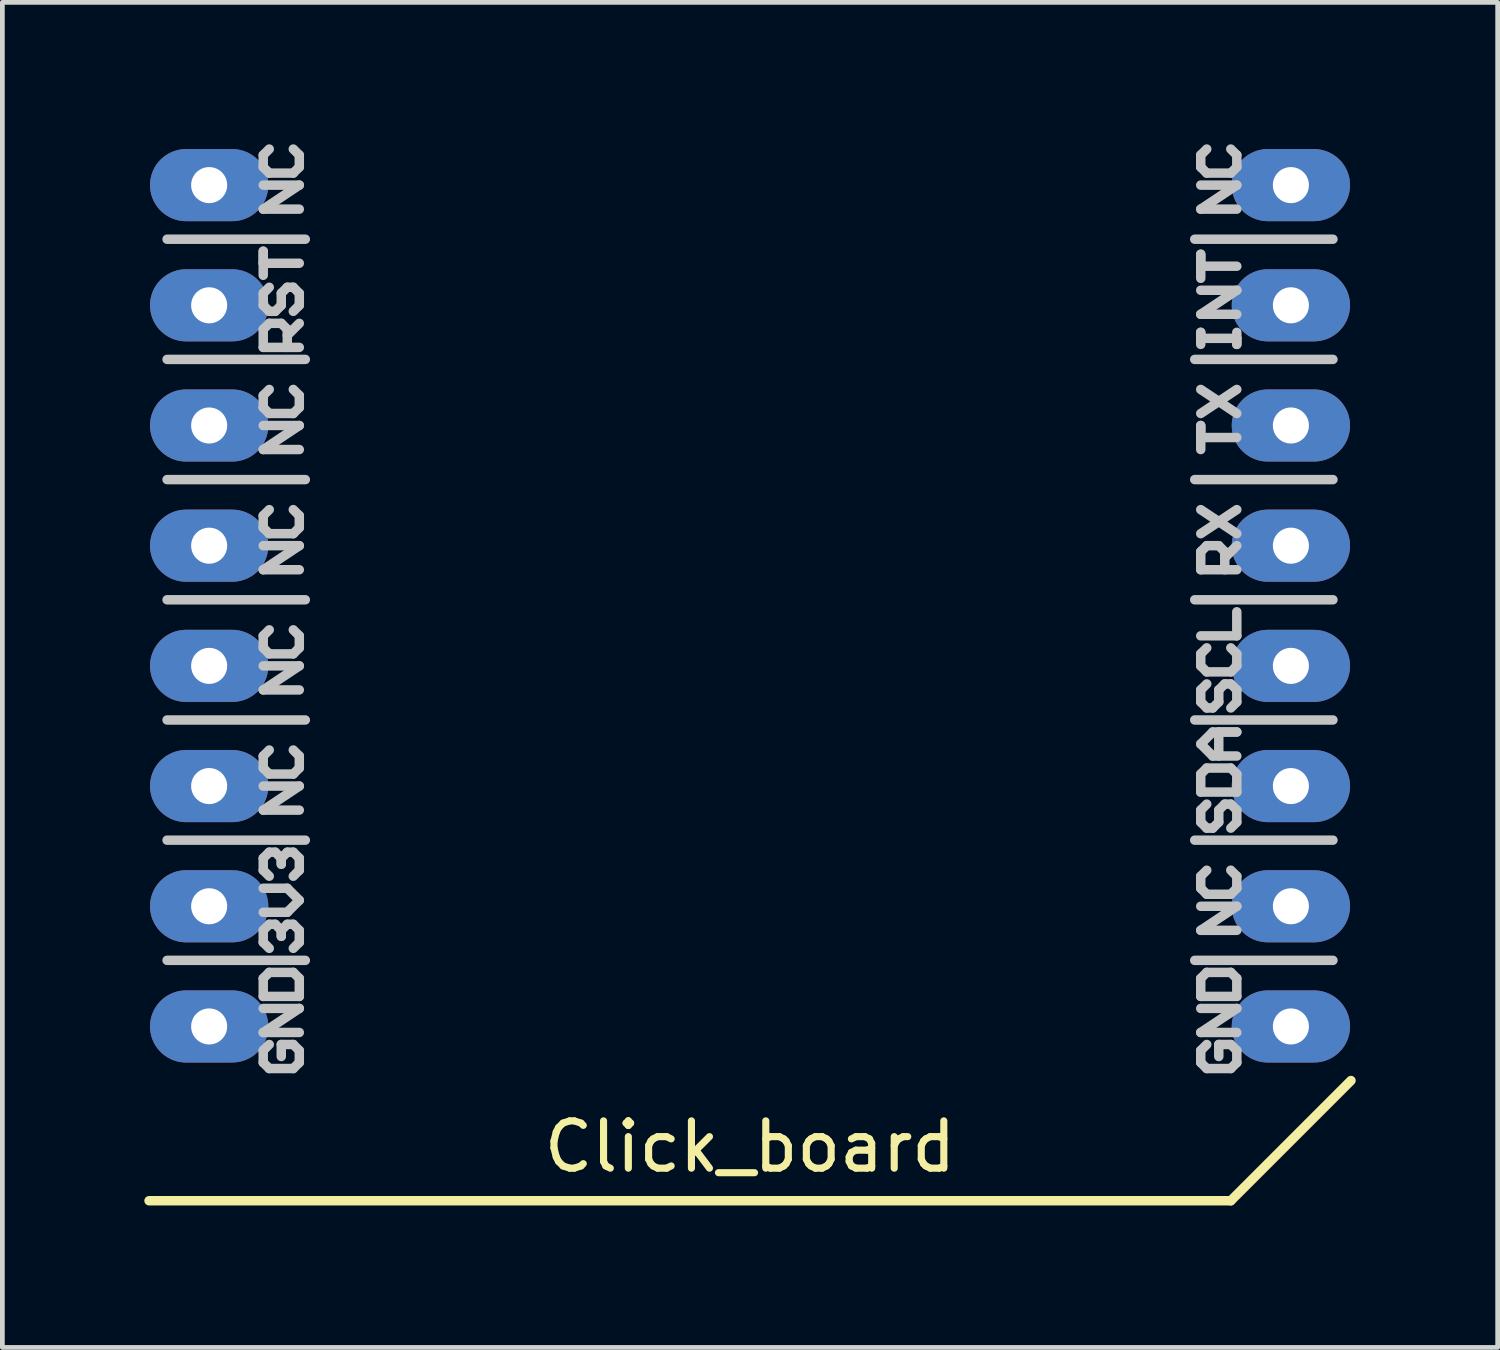
<source format=kicad_pcb>
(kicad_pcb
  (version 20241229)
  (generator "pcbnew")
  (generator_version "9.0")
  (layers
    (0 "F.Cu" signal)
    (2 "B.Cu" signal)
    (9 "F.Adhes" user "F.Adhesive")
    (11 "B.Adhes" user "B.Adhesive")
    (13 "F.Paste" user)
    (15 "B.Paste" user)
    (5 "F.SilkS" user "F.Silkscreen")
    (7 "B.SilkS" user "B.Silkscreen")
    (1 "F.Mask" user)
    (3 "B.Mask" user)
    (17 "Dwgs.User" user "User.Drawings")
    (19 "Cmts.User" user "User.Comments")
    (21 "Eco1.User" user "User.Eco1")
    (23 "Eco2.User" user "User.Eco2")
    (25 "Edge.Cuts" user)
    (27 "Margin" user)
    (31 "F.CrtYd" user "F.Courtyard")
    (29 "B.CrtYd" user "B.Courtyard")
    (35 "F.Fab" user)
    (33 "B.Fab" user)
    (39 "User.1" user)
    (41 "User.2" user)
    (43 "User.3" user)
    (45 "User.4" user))
  (footprint "Click_board"
    (layer "F.Cu")
    (at 12.8 9.752)
    (property "Reference" "Click_board" (at 0 11.43 0) (layer "F.SilkS") (effects (font (size 1 1) (thickness 0.15))))
    (attr through_hole)
    (fp_line (start -12.7 12.573) (end 10.16 12.573) (stroke (width 0.2) (type solid)) (layer "F.SilkS"))
    (fp_line (start 10.16 12.573) (end 12.7 10.033) (stroke (width 0.2) (type solid)) (layer "F.SilkS"))
    (fp_line (start -12.319 -7.747) (end -9.398 -7.747) (stroke (width 0.2) (type solid)) (layer "Dwgs.User"))
    (fp_line (start -12.319 -5.207) (end -9.398 -5.207) (stroke (width 0.2) (type solid)) (layer "Dwgs.User"))
    (fp_line (start -12.319 -2.667) (end -9.398 -2.667) (stroke (width 0.2) (type solid)) (layer "Dwgs.User"))
    (fp_line (start -12.319 -0.127) (end -9.398 -0.127) (stroke (width 0.2) (type solid)) (layer "Dwgs.User"))
    (fp_line (start -12.319 2.413) (end -9.398 2.413) (stroke (width 0.2) (type solid)) (layer "Dwgs.User"))
    (fp_line (start -12.319 4.953) (end -9.398 4.953) (stroke (width 0.2) (type solid)) (layer "Dwgs.User"))
    (fp_line (start -12.319 7.493) (end -9.398 7.493) (stroke (width 0.2) (type solid)) (layer "Dwgs.User"))
    (fp_line (start -10.287 -9.525) (end -10.287 -9.271) (stroke (width 0.2) (type solid)) (layer "Dwgs.User"))
    (fp_line (start -10.287 -9.271) (end -10.16 -9.144) (stroke (width 0.2) (type solid)) (layer "Dwgs.User"))
    (fp_line (start -10.287 -8.382) (end -9.525 -8.89) (stroke (width 0.2) (type solid)) (layer "Dwgs.User"))
    (fp_line (start -10.287 -7.493) (end -10.287 -7.239) (stroke (width 0.2) (type solid)) (layer "Dwgs.User"))
    (fp_line (start -10.287 -7.239) (end -9.525 -7.239) (stroke (width 0.2) (type solid)) (layer "Dwgs.User"))
    (fp_line (start -10.287 -6.985) (end -10.287 -7.493) (stroke (width 0.2) (type solid)) (layer "Dwgs.User"))
    (fp_line (start -10.287 -6.604) (end -10.287 -6.35) (stroke (width 0.2) (type solid)) (layer "Dwgs.User"))
    (fp_line (start -10.287 -6.35) (end -10.16 -6.223) (stroke (width 0.2) (type solid)) (layer "Dwgs.User"))
    (fp_line (start -10.287 -5.842) (end -10.16 -5.969) (stroke (width 0.2) (type solid)) (layer "Dwgs.User"))
    (fp_line (start -10.287 -5.461) (end -10.287 -5.842) (stroke (width 0.2) (type solid)) (layer "Dwgs.User"))
    (fp_line (start -10.287 -4.445) (end -10.287 -4.191) (stroke (width 0.2) (type solid)) (layer "Dwgs.User"))
    (fp_line (start -10.287 -4.191) (end -10.16 -4.064) (stroke (width 0.2) (type solid)) (layer "Dwgs.User"))
    (fp_line (start -10.287 -3.302) (end -9.525 -3.81) (stroke (width 0.2) (type solid)) (layer "Dwgs.User"))
    (fp_line (start -10.287 -1.905) (end -10.287 -1.651) (stroke (width 0.2) (type solid)) (layer "Dwgs.User"))
    (fp_line (start -10.287 -1.651) (end -10.16 -1.524) (stroke (width 0.2) (type solid)) (layer "Dwgs.User"))
    (fp_line (start -10.287 -0.762) (end -9.525 -1.27) (stroke (width 0.2) (type solid)) (layer "Dwgs.User"))
    (fp_line (start -10.287 0.635) (end -10.287 0.889) (stroke (width 0.2) (type solid)) (layer "Dwgs.User"))
    (fp_line (start -10.287 0.889) (end -10.16 1.016) (stroke (width 0.2) (type solid)) (layer "Dwgs.User"))
    (fp_line (start -10.287 1.778) (end -9.525 1.27) (stroke (width 0.2) (type solid)) (layer "Dwgs.User"))
    (fp_line (start -10.287 3.175) (end -10.287 3.429) (stroke (width 0.2) (type solid)) (layer "Dwgs.User"))
    (fp_line (start -10.287 3.429) (end -10.16 3.556) (stroke (width 0.2) (type solid)) (layer "Dwgs.User"))
    (fp_line (start -10.287 4.318) (end -9.525 3.81) (stroke (width 0.2) (type solid)) (layer "Dwgs.User"))
    (fp_line (start -10.287 5.334) (end -10.16 5.207) (stroke (width 0.2) (type solid)) (layer "Dwgs.User"))
    (fp_line (start -10.287 5.588) (end -10.287 5.334) (stroke (width 0.2) (type solid)) (layer "Dwgs.User"))
    (fp_line (start -10.287 6.477) (end -9.779 6.477) (stroke (width 0.2) (type solid)) (layer "Dwgs.User"))
    (fp_line (start -10.287 6.858) (end -10.16 6.731) (stroke (width 0.2) (type solid)) (layer "Dwgs.User"))
    (fp_line (start -10.287 7.112) (end -10.287 6.858) (stroke (width 0.2) (type solid)) (layer "Dwgs.User"))
    (fp_line (start -10.287 7.874) (end -10.287 8.255) (stroke (width 0.2) (type solid)) (layer "Dwgs.User"))
    (fp_line (start -10.287 8.255) (end -9.525 8.255) (stroke (width 0.2) (type solid)) (layer "Dwgs.User"))
    (fp_line (start -10.287 9.017) (end -9.525 8.509) (stroke (width 0.2) (type solid)) (layer "Dwgs.User"))
    (fp_line (start -10.287 9.398) (end -10.287 9.652) (stroke (width 0.2) (type solid)) (layer "Dwgs.User"))
    (fp_line (start -10.287 9.652) (end -10.16 9.779) (stroke (width 0.2) (type solid)) (layer "Dwgs.User"))
    (fp_line (start -10.16 -9.652) (end -10.287 -9.525) (stroke (width 0.2) (type solid)) (layer "Dwgs.User"))
    (fp_line (start -10.16 -9.144) (end -9.652 -9.144) (stroke (width 0.2) (type solid)) (layer "Dwgs.User"))
    (fp_line (start -10.16 -6.731) (end -10.287 -6.604) (stroke (width 0.2) (type solid)) (layer "Dwgs.User"))
    (fp_line (start -10.16 -6.223) (end -10.033 -6.223) (stroke (width 0.2) (type solid)) (layer "Dwgs.User"))
    (fp_line (start -10.16 -5.969) (end -9.906 -5.969) (stroke (width 0.2) (type solid)) (layer "Dwgs.User"))
    (fp_line (start -10.16 -4.572) (end -10.287 -4.445) (stroke (width 0.2) (type solid)) (layer "Dwgs.User"))
    (fp_line (start -10.16 -4.064) (end -9.652 -4.064) (stroke (width 0.2) (type solid)) (layer "Dwgs.User"))
    (fp_line (start -10.16 -2.032) (end -10.287 -1.905) (stroke (width 0.2) (type solid)) (layer "Dwgs.User"))
    (fp_line (start -10.16 -1.524) (end -9.652 -1.524) (stroke (width 0.2) (type solid)) (layer "Dwgs.User"))
    (fp_line (start -10.16 0.508) (end -10.287 0.635) (stroke (width 0.2) (type solid)) (layer "Dwgs.User"))
    (fp_line (start -10.16 1.016) (end -9.652 1.016) (stroke (width 0.2) (type solid)) (layer "Dwgs.User"))
    (fp_line (start -10.16 3.048) (end -10.287 3.175) (stroke (width 0.2) (type solid)) (layer "Dwgs.User"))
    (fp_line (start -10.16 3.556) (end -9.652 3.556) (stroke (width 0.2) (type solid)) (layer "Dwgs.User"))
    (fp_line (start -10.16 5.207) (end -10.033 5.207) (stroke (width 0.2) (type solid)) (layer "Dwgs.User"))
    (fp_line (start -10.16 5.715) (end -10.287 5.588) (stroke (width 0.2) (type solid)) (layer "Dwgs.User"))
    (fp_line (start -10.16 6.731) (end -10.033 6.731) (stroke (width 0.2) (type solid)) (layer "Dwgs.User"))
    (fp_line (start -10.16 7.239) (end -10.287 7.112) (stroke (width 0.2) (type solid)) (layer "Dwgs.User"))
    (fp_line (start -10.16 7.747) (end -10.287 7.874) (stroke (width 0.2) (type solid)) (layer "Dwgs.User"))
    (fp_line (start -10.16 9.271) (end -10.287 9.398) (stroke (width 0.2) (type solid)) (layer "Dwgs.User"))
    (fp_line (start -10.16 9.779) (end -9.652 9.779) (stroke (width 0.2) (type solid)) (layer "Dwgs.User"))
    (fp_line (start -10.033 -6.223) (end -9.906 -6.35) (stroke (width 0.2) (type solid)) (layer "Dwgs.User"))
    (fp_line (start -10.033 5.207) (end -9.906 5.334) (stroke (width 0.2) (type solid)) (layer "Dwgs.User"))
    (fp_line (start -10.033 6.731) (end -9.906 6.858) (stroke (width 0.2) (type solid)) (layer "Dwgs.User"))
    (fp_line (start -9.906 -6.604) (end -9.779 -6.731) (stroke (width 0.2) (type solid)) (layer "Dwgs.User"))
    (fp_line (start -9.906 -6.35) (end -9.906 -6.604) (stroke (width 0.2) (type solid)) (layer "Dwgs.User"))
    (fp_line (start -9.906 -5.969) (end -9.779 -5.842) (stroke (width 0.2) (type solid)) (layer "Dwgs.User"))
    (fp_line (start -9.906 5.334) (end -9.906 5.461) (stroke (width 0.2) (type solid)) (layer "Dwgs.User"))
    (fp_line (start -9.906 5.334) (end -9.779 5.207) (stroke (width 0.2) (type solid)) (layer "Dwgs.User"))
    (fp_line (start -9.906 5.461) (end -9.906 5.334) (stroke (width 0.2) (type solid)) (layer "Dwgs.User"))
    (fp_line (start -9.906 6.858) (end -9.906 6.985) (stroke (width 0.2) (type solid)) (layer "Dwgs.User"))
    (fp_line (start -9.906 6.858) (end -9.779 6.731) (stroke (width 0.2) (type solid)) (layer "Dwgs.User"))
    (fp_line (start -9.906 6.985) (end -9.906 6.858) (stroke (width 0.2) (type solid)) (layer "Dwgs.User"))
    (fp_line (start -9.906 9.271) (end -9.906 9.525) (stroke (width 0.2) (type solid)) (layer "Dwgs.User"))
    (fp_line (start -9.779 -6.731) (end -9.652 -6.731) (stroke (width 0.2) (type solid)) (layer "Dwgs.User"))
    (fp_line (start -9.779 -5.842) (end -9.779 -5.461) (stroke (width 0.2) (type solid)) (layer "Dwgs.User"))
    (fp_line (start -9.779 -5.715) (end -9.525 -5.969) (stroke (width 0.2) (type solid)) (layer "Dwgs.User"))
    (fp_line (start -9.779 5.207) (end -9.652 5.207) (stroke (width 0.2) (type solid)) (layer "Dwgs.User"))
    (fp_line (start -9.779 5.969) (end -10.287 5.969) (stroke (width 0.2) (type solid)) (layer "Dwgs.User"))
    (fp_line (start -9.779 6.477) (end -9.525 6.223) (stroke (width 0.2) (type solid)) (layer "Dwgs.User"))
    (fp_line (start -9.779 6.731) (end -9.652 6.731) (stroke (width 0.2) (type solid)) (layer "Dwgs.User"))
    (fp_line (start -9.652 -9.144) (end -9.525 -9.271) (stroke (width 0.2) (type solid)) (layer "Dwgs.User"))
    (fp_line (start -9.652 -6.731) (end -9.525 -6.604) (stroke (width 0.2) (type solid)) (layer "Dwgs.User"))
    (fp_line (start -9.652 -4.064) (end -9.525 -4.191) (stroke (width 0.2) (type solid)) (layer "Dwgs.User"))
    (fp_line (start -9.652 -1.524) (end -9.525 -1.651) (stroke (width 0.2) (type solid)) (layer "Dwgs.User"))
    (fp_line (start -9.652 1.016) (end -9.525 0.889) (stroke (width 0.2) (type solid)) (layer "Dwgs.User"))
    (fp_line (start -9.652 3.556) (end -9.525 3.429) (stroke (width 0.2) (type solid)) (layer "Dwgs.User"))
    (fp_line (start -9.652 5.207) (end -9.525 5.334) (stroke (width 0.2) (type solid)) (layer "Dwgs.User"))
    (fp_line (start -9.652 6.731) (end -9.525 6.858) (stroke (width 0.2) (type solid)) (layer "Dwgs.User"))
    (fp_line (start -9.652 7.747) (end -10.16 7.747) (stroke (width 0.2) (type solid)) (layer "Dwgs.User"))
    (fp_line (start -9.652 9.271) (end -9.906 9.271) (stroke (width 0.2) (type solid)) (layer "Dwgs.User"))
    (fp_line (start -9.652 9.779) (end -9.525 9.652) (stroke (width 0.2) (type solid)) (layer "Dwgs.User"))
    (fp_line (start -9.525 -9.525) (end -9.652 -9.652) (stroke (width 0.2) (type solid)) (layer "Dwgs.User"))
    (fp_line (start -9.525 -9.271) (end -9.525 -9.525) (stroke (width 0.2) (type solid)) (layer "Dwgs.User"))
    (fp_line (start -9.525 -8.89) (end -10.287 -8.89) (stroke (width 0.2) (type solid)) (layer "Dwgs.User"))
    (fp_line (start -9.525 -8.382) (end -10.287 -8.382) (stroke (width 0.2) (type solid)) (layer "Dwgs.User"))
    (fp_line (start -9.525 -6.604) (end -9.525 -6.35) (stroke (width 0.2) (type solid)) (layer "Dwgs.User"))
    (fp_line (start -9.525 -6.35) (end -9.652 -6.223) (stroke (width 0.2) (type solid)) (layer "Dwgs.User"))
    (fp_line (start -9.525 -5.461) (end -10.287 -5.461) (stroke (width 0.2) (type solid)) (layer "Dwgs.User"))
    (fp_line (start -9.525 -4.445) (end -9.652 -4.572) (stroke (width 0.2) (type solid)) (layer "Dwgs.User"))
    (fp_line (start -9.525 -4.191) (end -9.525 -4.445) (stroke (width 0.2) (type solid)) (layer "Dwgs.User"))
    (fp_line (start -9.525 -3.81) (end -10.287 -3.81) (stroke (width 0.2) (type solid)) (layer "Dwgs.User"))
    (fp_line (start -9.525 -3.302) (end -10.287 -3.302) (stroke (width 0.2) (type solid)) (layer "Dwgs.User"))
    (fp_line (start -9.525 -1.905) (end -9.652 -2.032) (stroke (width 0.2) (type solid)) (layer "Dwgs.User"))
    (fp_line (start -9.525 -1.651) (end -9.525 -1.905) (stroke (width 0.2) (type solid)) (layer "Dwgs.User"))
    (fp_line (start -9.525 -1.27) (end -10.287 -1.27) (stroke (width 0.2) (type solid)) (layer "Dwgs.User"))
    (fp_line (start -9.525 -0.762) (end -10.287 -0.762) (stroke (width 0.2) (type solid)) (layer "Dwgs.User"))
    (fp_line (start -9.525 0.635) (end -9.652 0.508) (stroke (width 0.2) (type solid)) (layer "Dwgs.User"))
    (fp_line (start -9.525 0.889) (end -9.525 0.635) (stroke (width 0.2) (type solid)) (layer "Dwgs.User"))
    (fp_line (start -9.525 1.27) (end -10.287 1.27) (stroke (width 0.2) (type solid)) (layer "Dwgs.User"))
    (fp_line (start -9.525 1.778) (end -10.287 1.778) (stroke (width 0.2) (type solid)) (layer "Dwgs.User"))
    (fp_line (start -9.525 3.175) (end -9.652 3.048) (stroke (width 0.2) (type solid)) (layer "Dwgs.User"))
    (fp_line (start -9.525 3.429) (end -9.525 3.175) (stroke (width 0.2) (type solid)) (layer "Dwgs.User"))
    (fp_line (start -9.525 3.81) (end -10.287 3.81) (stroke (width 0.2) (type solid)) (layer "Dwgs.User"))
    (fp_line (start -9.525 4.318) (end -10.287 4.318) (stroke (width 0.2) (type solid)) (layer "Dwgs.User"))
    (fp_line (start -9.525 5.334) (end -9.525 5.588) (stroke (width 0.2) (type solid)) (layer "Dwgs.User"))
    (fp_line (start -9.525 5.588) (end -9.652 5.715) (stroke (width 0.2) (type solid)) (layer "Dwgs.User"))
    (fp_line (start -9.525 6.223) (end -9.779 5.969) (stroke (width 0.2) (type solid)) (layer "Dwgs.User"))
    (fp_line (start -9.525 6.858) (end -9.525 7.112) (stroke (width 0.2) (type solid)) (layer "Dwgs.User"))
    (fp_line (start -9.525 7.112) (end -9.652 7.239) (stroke (width 0.2) (type solid)) (layer "Dwgs.User"))
    (fp_line (start -9.525 7.874) (end -9.652 7.747) (stroke (width 0.2) (type solid)) (layer "Dwgs.User"))
    (fp_line (start -9.525 8.255) (end -9.525 7.874) (stroke (width 0.2) (type solid)) (layer "Dwgs.User"))
    (fp_line (start -9.525 8.509) (end -10.287 8.509) (stroke (width 0.2) (type solid)) (layer "Dwgs.User"))
    (fp_line (start -9.525 9.017) (end -10.287 9.017) (stroke (width 0.2) (type solid)) (layer "Dwgs.User"))
    (fp_line (start -9.525 9.398) (end -9.652 9.271) (stroke (width 0.2) (type solid)) (layer "Dwgs.User"))
    (fp_line (start -9.525 9.652) (end -9.525 9.398) (stroke (width 0.2) (type solid)) (layer "Dwgs.User"))
    (fp_line (start 9.398 -7.747) (end 12.319 -7.747) (stroke (width 0.2) (type solid)) (layer "Dwgs.User"))
    (fp_line (start 9.398 -5.207) (end 12.319 -5.207) (stroke (width 0.2) (type solid)) (layer "Dwgs.User"))
    (fp_line (start 9.398 -2.667) (end 12.319 -2.667) (stroke (width 0.2) (type solid)) (layer "Dwgs.User"))
    (fp_line (start 9.398 -0.127) (end 12.319 -0.127) (stroke (width 0.2) (type solid)) (layer "Dwgs.User"))
    (fp_line (start 9.398 2.413) (end 12.319 2.413) (stroke (width 0.2) (type solid)) (layer "Dwgs.User"))
    (fp_line (start 9.398 4.953) (end 12.319 4.953) (stroke (width 0.2) (type solid)) (layer "Dwgs.User"))
    (fp_line (start 9.398 7.493) (end 12.319 7.493) (stroke (width 0.2) (type solid)) (layer "Dwgs.User"))
    (fp_line (start 9.525 -9.525) (end 9.525 -9.271) (stroke (width 0.2) (type solid)) (layer "Dwgs.User"))
    (fp_line (start 9.525 -9.271) (end 9.652 -9.144) (stroke (width 0.2) (type solid)) (layer "Dwgs.User"))
    (fp_line (start 9.525 -8.382) (end 10.287 -8.89) (stroke (width 0.2) (type solid)) (layer "Dwgs.User"))
    (fp_line (start 9.525 -7.429) (end 9.525 -7.176) (stroke (width 0.2) (type solid)) (layer "Dwgs.User"))
    (fp_line (start 9.525 -7.176) (end 10.287 -7.176) (stroke (width 0.2) (type solid)) (layer "Dwgs.User"))
    (fp_line (start 9.525 -6.921) (end 9.525 -7.429) (stroke (width 0.2) (type solid)) (layer "Dwgs.User"))
    (fp_line (start 9.525 -6.16) (end 10.287 -6.668) (stroke (width 0.2) (type solid)) (layer "Dwgs.User"))
    (fp_line (start 9.525 -5.779) (end 9.525 -5.652) (stroke (width 0.2) (type solid)) (layer "Dwgs.User"))
    (fp_line (start 9.525 -5.652) (end 10.287 -5.652) (stroke (width 0.2) (type solid)) (layer "Dwgs.User"))
    (fp_line (start 9.525 -5.524) (end 9.525 -5.779) (stroke (width 0.2) (type solid)) (layer "Dwgs.User"))
    (fp_line (start 9.525 -4.572) (end 10.287 -4.064) (stroke (width 0.2) (type solid)) (layer "Dwgs.User"))
    (fp_line (start 9.525 -4.064) (end 10.287 -4.572) (stroke (width 0.2) (type solid)) (layer "Dwgs.User"))
    (fp_line (start 9.525 -3.81) (end 9.525 -3.556) (stroke (width 0.2) (type solid)) (layer "Dwgs.User"))
    (fp_line (start 9.525 -3.556) (end 10.287 -3.556) (stroke (width 0.2) (type solid)) (layer "Dwgs.User"))
    (fp_line (start 9.525 -3.302) (end 9.525 -3.81) (stroke (width 0.2) (type solid)) (layer "Dwgs.User"))
    (fp_line (start 9.525 -2.032) (end 10.287 -1.524) (stroke (width 0.2) (type solid)) (layer "Dwgs.User"))
    (fp_line (start 9.525 -1.524) (end 10.287 -2.032) (stroke (width 0.2) (type solid)) (layer "Dwgs.User"))
    (fp_line (start 9.525 -1.143) (end 9.652 -1.27) (stroke (width 0.2) (type solid)) (layer "Dwgs.User"))
    (fp_line (start 9.525 -0.762) (end 9.525 -1.143) (stroke (width 0.2) (type solid)) (layer "Dwgs.User"))
    (fp_line (start 9.525 0.635) (end 10.287 0.635) (stroke (width 0.2) (type solid)) (layer "Dwgs.User"))
    (fp_line (start 9.525 1.016) (end 9.525 1.27) (stroke (width 0.2) (type solid)) (layer "Dwgs.User"))
    (fp_line (start 9.525 1.27) (end 9.652 1.397) (stroke (width 0.2) (type solid)) (layer "Dwgs.User"))
    (fp_line (start 9.525 1.778) (end 9.525 2.032) (stroke (width 0.2) (type solid)) (layer "Dwgs.User"))
    (fp_line (start 9.525 2.032) (end 9.652 2.159) (stroke (width 0.2) (type solid)) (layer "Dwgs.User"))
    (fp_line (start 9.525 2.921) (end 9.779 2.667) (stroke (width 0.2) (type solid)) (layer "Dwgs.User"))
    (fp_line (start 9.525 3.556) (end 9.525 3.937) (stroke (width 0.2) (type solid)) (layer "Dwgs.User"))
    (fp_line (start 9.525 3.937) (end 10.287 3.937) (stroke (width 0.2) (type solid)) (layer "Dwgs.User"))
    (fp_line (start 9.525 4.318) (end 9.525 4.572) (stroke (width 0.2) (type solid)) (layer "Dwgs.User"))
    (fp_line (start 9.525 4.572) (end 9.652 4.699) (stroke (width 0.2) (type solid)) (layer "Dwgs.User"))
    (fp_line (start 9.525 5.715) (end 9.525 5.969) (stroke (width 0.2) (type solid)) (layer "Dwgs.User"))
    (fp_line (start 9.525 5.969) (end 9.652 6.096) (stroke (width 0.2) (type solid)) (layer "Dwgs.User"))
    (fp_line (start 9.525 6.858) (end 10.287 6.35) (stroke (width 0.2) (type solid)) (layer "Dwgs.User"))
    (fp_line (start 9.525 7.874) (end 9.525 8.255) (stroke (width 0.2) (type solid)) (layer "Dwgs.User"))
    (fp_line (start 9.525 8.255) (end 10.287 8.255) (stroke (width 0.2) (type solid)) (layer "Dwgs.User"))
    (fp_line (start 9.525 9.017) (end 10.287 8.509) (stroke (width 0.2) (type solid)) (layer "Dwgs.User"))
    (fp_line (start 9.525 9.398) (end 9.525 9.652) (stroke (width 0.2) (type solid)) (layer "Dwgs.User"))
    (fp_line (start 9.525 9.652) (end 9.652 9.779) (stroke (width 0.2) (type solid)) (layer "Dwgs.User"))
    (fp_line (start 9.652 -9.652) (end 9.525 -9.525) (stroke (width 0.2) (type solid)) (layer "Dwgs.User"))
    (fp_line (start 9.652 -9.144) (end 10.16 -9.144) (stroke (width 0.2) (type solid)) (layer "Dwgs.User"))
    (fp_line (start 9.652 -1.27) (end 9.906 -1.27) (stroke (width 0.2) (type solid)) (layer "Dwgs.User"))
    (fp_line (start 9.652 0.889) (end 9.525 1.016) (stroke (width 0.2) (type solid)) (layer "Dwgs.User"))
    (fp_line (start 9.652 1.397) (end 10.16 1.397) (stroke (width 0.2) (type solid)) (layer "Dwgs.User"))
    (fp_line (start 9.652 1.651) (end 9.525 1.778) (stroke (width 0.2) (type solid)) (layer "Dwgs.User"))
    (fp_line (start 9.652 2.159) (end 9.779 2.159) (stroke (width 0.2) (type solid)) (layer "Dwgs.User"))
    (fp_line (start 9.652 3.429) (end 9.525 3.556) (stroke (width 0.2) (type solid)) (layer "Dwgs.User"))
    (fp_line (start 9.652 4.191) (end 9.525 4.318) (stroke (width 0.2) (type solid)) (layer "Dwgs.User"))
    (fp_line (start 9.652 4.699) (end 9.779 4.699) (stroke (width 0.2) (type solid)) (layer "Dwgs.User"))
    (fp_line (start 9.652 5.588) (end 9.525 5.715) (stroke (width 0.2) (type solid)) (layer "Dwgs.User"))
    (fp_line (start 9.652 6.096) (end 10.16 6.096) (stroke (width 0.2) (type solid)) (layer "Dwgs.User"))
    (fp_line (start 9.652 7.747) (end 9.525 7.874) (stroke (width 0.2) (type solid)) (layer "Dwgs.User"))
    (fp_line (start 9.652 9.271) (end 9.525 9.398) (stroke (width 0.2) (type solid)) (layer "Dwgs.User"))
    (fp_line (start 9.652 9.779) (end 10.16 9.779) (stroke (width 0.2) (type solid)) (layer "Dwgs.User"))
    (fp_line (start 9.779 2.159) (end 9.906 2.032) (stroke (width 0.2) (type solid)) (layer "Dwgs.User"))
    (fp_line (start 9.779 2.667) (end 10.287 2.667) (stroke (width 0.2) (type solid)) (layer "Dwgs.User"))
    (fp_line (start 9.779 3.175) (end 9.525 2.921) (stroke (width 0.2) (type solid)) (layer "Dwgs.User"))
    (fp_line (start 9.779 4.699) (end 9.906 4.572) (stroke (width 0.2) (type solid)) (layer "Dwgs.User"))
    (fp_line (start 9.906 -1.27) (end 10.033 -1.143) (stroke (width 0.2) (type solid)) (layer "Dwgs.User"))
    (fp_line (start 9.906 1.778) (end 10.033 1.651) (stroke (width 0.2) (type solid)) (layer "Dwgs.User"))
    (fp_line (start 9.906 2.032) (end 9.906 1.778) (stroke (width 0.2) (type solid)) (layer "Dwgs.User"))
    (fp_line (start 9.906 2.667) (end 9.906 3.175) (stroke (width 0.2) (type solid)) (layer "Dwgs.User"))
    (fp_line (start 9.906 4.318) (end 10.033 4.191) (stroke (width 0.2) (type solid)) (layer "Dwgs.User"))
    (fp_line (start 9.906 4.572) (end 9.906 4.318) (stroke (width 0.2) (type solid)) (layer "Dwgs.User"))
    (fp_line (start 9.906 9.271) (end 9.906 9.525) (stroke (width 0.2) (type solid)) (layer "Dwgs.User"))
    (fp_line (start 10.033 -1.143) (end 10.033 -0.762) (stroke (width 0.2) (type solid)) (layer "Dwgs.User"))
    (fp_line (start 10.033 -1.016) (end 10.287 -1.27) (stroke (width 0.2) (type solid)) (layer "Dwgs.User"))
    (fp_line (start 10.033 1.651) (end 10.16 1.651) (stroke (width 0.2) (type solid)) (layer "Dwgs.User"))
    (fp_line (start 10.033 4.191) (end 10.16 4.191) (stroke (width 0.2) (type solid)) (layer "Dwgs.User"))
    (fp_line (start 10.16 -9.144) (end 10.287 -9.271) (stroke (width 0.2) (type solid)) (layer "Dwgs.User"))
    (fp_line (start 10.16 1.397) (end 10.287 1.27) (stroke (width 0.2) (type solid)) (layer "Dwgs.User"))
    (fp_line (start 10.16 1.651) (end 10.287 1.778) (stroke (width 0.2) (type solid)) (layer "Dwgs.User"))
    (fp_line (start 10.16 3.429) (end 9.652 3.429) (stroke (width 0.2) (type solid)) (layer "Dwgs.User"))
    (fp_line (start 10.16 4.191) (end 10.287 4.318) (stroke (width 0.2) (type solid)) (layer "Dwgs.User"))
    (fp_line (start 10.16 6.096) (end 10.287 5.969) (stroke (width 0.2) (type solid)) (layer "Dwgs.User"))
    (fp_line (start 10.16 7.747) (end 9.652 7.747) (stroke (width 0.2) (type solid)) (layer "Dwgs.User"))
    (fp_line (start 10.16 9.271) (end 9.906 9.271) (stroke (width 0.2) (type solid)) (layer "Dwgs.User"))
    (fp_line (start 10.16 9.779) (end 10.287 9.652) (stroke (width 0.2) (type solid)) (layer "Dwgs.User"))
    (fp_line (start 10.287 -9.525) (end 10.16 -9.652) (stroke (width 0.2) (type solid)) (layer "Dwgs.User"))
    (fp_line (start 10.287 -9.271) (end 10.287 -9.525) (stroke (width 0.2) (type solid)) (layer "Dwgs.User"))
    (fp_line (start 10.287 -8.89) (end 9.525 -8.89) (stroke (width 0.2) (type solid)) (layer "Dwgs.User"))
    (fp_line (start 10.287 -8.382) (end 9.525 -8.382) (stroke (width 0.2) (type solid)) (layer "Dwgs.User"))
    (fp_line (start 10.287 -6.668) (end 9.525 -6.668) (stroke (width 0.2) (type solid)) (layer "Dwgs.User"))
    (fp_line (start 10.287 -6.16) (end 9.525 -6.16) (stroke (width 0.2) (type solid)) (layer "Dwgs.User"))
    (fp_line (start 10.287 -5.652) (end 10.287 -5.524) (stroke (width 0.2) (type solid)) (layer "Dwgs.User"))
    (fp_line (start 10.287 -5.524) (end 10.287 -5.779) (stroke (width 0.2) (type solid)) (layer "Dwgs.User"))
    (fp_line (start 10.287 -0.762) (end 9.525 -0.762) (stroke (width 0.2) (type solid)) (layer "Dwgs.User"))
    (fp_line (start 10.287 0.635) (end 10.287 0.127) (stroke (width 0.2) (type solid)) (layer "Dwgs.User"))
    (fp_line (start 10.287 1.016) (end 10.16 0.889) (stroke (width 0.2) (type solid)) (layer "Dwgs.User"))
    (fp_line (start 10.287 1.27) (end 10.287 1.016) (stroke (width 0.2) (type solid)) (layer "Dwgs.User"))
    (fp_line (start 10.287 1.778) (end 10.287 2.032) (stroke (width 0.2) (type solid)) (layer "Dwgs.User"))
    (fp_line (start 10.287 2.032) (end 10.16 2.159) (stroke (width 0.2) (type solid)) (layer "Dwgs.User"))
    (fp_line (start 10.287 2.667) (end 9.906 2.667) (stroke (width 0.2) (type solid)) (layer "Dwgs.User"))
    (fp_line (start 10.287 3.175) (end 9.779 3.175) (stroke (width 0.2) (type solid)) (layer "Dwgs.User"))
    (fp_line (start 10.287 3.556) (end 10.16 3.429) (stroke (width 0.2) (type solid)) (layer "Dwgs.User"))
    (fp_line (start 10.287 3.937) (end 10.287 3.556) (stroke (width 0.2) (type solid)) (layer "Dwgs.User"))
    (fp_line (start 10.287 4.318) (end 10.287 4.572) (stroke (width 0.2) (type solid)) (layer "Dwgs.User"))
    (fp_line (start 10.287 4.572) (end 10.16 4.699) (stroke (width 0.2) (type solid)) (layer "Dwgs.User"))
    (fp_line (start 10.287 5.715) (end 10.16 5.588) (stroke (width 0.2) (type solid)) (layer "Dwgs.User"))
    (fp_line (start 10.287 5.969) (end 10.287 5.715) (stroke (width 0.2) (type solid)) (layer "Dwgs.User"))
    (fp_line (start 10.287 6.35) (end 9.525 6.35) (stroke (width 0.2) (type solid)) (layer "Dwgs.User"))
    (fp_line (start 10.287 6.858) (end 9.525 6.858) (stroke (width 0.2) (type solid)) (layer "Dwgs.User"))
    (fp_line (start 10.287 7.874) (end 10.16 7.747) (stroke (width 0.2) (type solid)) (layer "Dwgs.User"))
    (fp_line (start 10.287 8.255) (end 10.287 7.874) (stroke (width 0.2) (type solid)) (layer "Dwgs.User"))
    (fp_line (start 10.287 8.509) (end 9.525 8.509) (stroke (width 0.2) (type solid)) (layer "Dwgs.User"))
    (fp_line (start 10.287 9.017) (end 9.525 9.017) (stroke (width 0.2) (type solid)) (layer "Dwgs.User"))
    (fp_line (start 10.287 9.398) (end 10.16 9.271) (stroke (width 0.2) (type solid)) (layer "Dwgs.User"))
    (fp_line (start 10.287 9.652) (end 10.287 9.398) (stroke (width 0.2) (type solid)) (layer "Dwgs.User"))
    (pad "1" thru_hole oval (at -11.43 -8.89) (size 2.5 1.524) (drill 0.762) (layers "*.Cu" "*.Mask"))
    (pad "2" thru_hole oval (at -11.43 -6.35) (size 2.5 1.524) (drill 0.762) (layers "*.Cu" "*.Mask"))
    (pad "3" thru_hole oval (at -11.43 -3.81) (size 2.5 1.524) (drill 0.762) (layers "*.Cu" "*.Mask"))
    (pad "4" thru_hole oval (at -11.43 -1.27) (size 2.5 1.524) (drill 0.762) (layers "*.Cu" "*.Mask"))
    (pad "5" thru_hole oval (at -11.43 1.27) (size 2.5 1.524) (drill 0.762) (layers "*.Cu" "*.Mask"))
    (pad "6" thru_hole oval (at -11.43 3.81) (size 2.5 1.524) (drill 0.762) (layers "*.Cu" "*.Mask"))
    (pad "7" thru_hole oval (at -11.43 6.35) (size 2.5 1.524) (drill 0.762) (layers "*.Cu" "*.Mask"))
    (pad "8" thru_hole oval (at -11.43 8.89) (size 2.5 1.524) (drill 0.762) (layers "*.Cu" "*.Mask"))
    (pad "9" thru_hole oval (at 11.43 8.89) (size 2.5 1.524) (drill 0.762) (layers "*.Cu" "*.Mask"))
    (pad "10" thru_hole oval (at 11.43 6.35) (size 2.5 1.524) (drill 0.762) (layers "*.Cu" "*.Mask"))
    (pad "11" thru_hole oval (at 11.43 3.81) (size 2.5 1.524) (drill 0.762) (layers "*.Cu" "*.Mask"))
    (pad "12" thru_hole oval (at 11.43 1.27) (size 2.5 1.524) (drill 0.762) (layers "*.Cu" "*.Mask"))
    (pad "13" thru_hole oval (at 11.43 -1.27) (size 2.5 1.524) (drill 0.762) (layers "*.Cu" "*.Mask"))
    (pad "14" thru_hole oval (at 11.43 -3.81) (size 2.5 1.524) (drill 0.762) (layers "*.Cu" "*.Mask"))
    (pad "15" thru_hole oval (at 11.43 -6.35) (size 2.5 1.524) (drill 0.762) (layers "*.Cu" "*.Mask"))
    (pad "16" thru_hole oval (at 11.43 -8.89) (size 2.5 1.524) (drill 0.762) (layers "*.Cu" "*.Mask")))
  (gr_rect
    (start -3 -3)
    (end 28.6 25.425)
    (stroke (width 0.1) (type default))
    (fill no)
    (layer "Edge.Cuts")))
</source>
